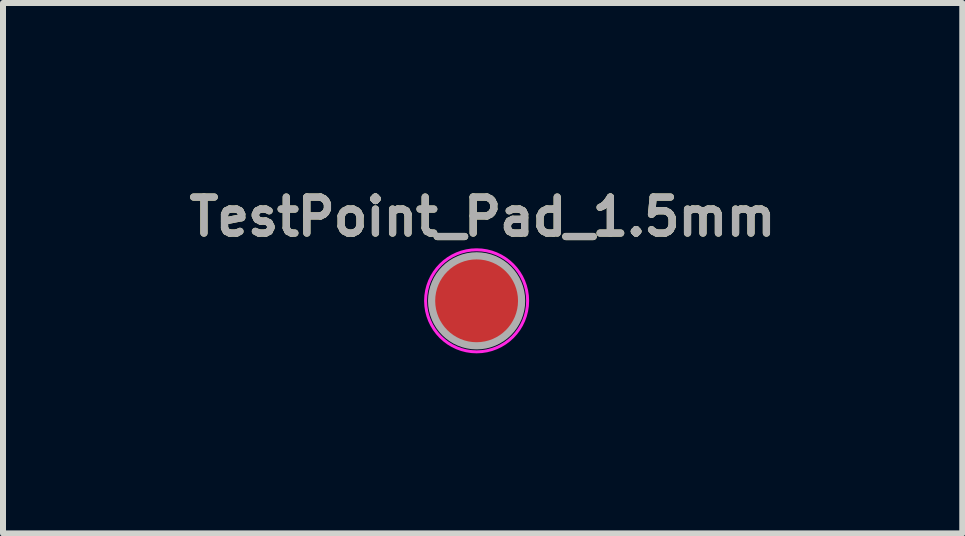
<source format=kicad_pcb>
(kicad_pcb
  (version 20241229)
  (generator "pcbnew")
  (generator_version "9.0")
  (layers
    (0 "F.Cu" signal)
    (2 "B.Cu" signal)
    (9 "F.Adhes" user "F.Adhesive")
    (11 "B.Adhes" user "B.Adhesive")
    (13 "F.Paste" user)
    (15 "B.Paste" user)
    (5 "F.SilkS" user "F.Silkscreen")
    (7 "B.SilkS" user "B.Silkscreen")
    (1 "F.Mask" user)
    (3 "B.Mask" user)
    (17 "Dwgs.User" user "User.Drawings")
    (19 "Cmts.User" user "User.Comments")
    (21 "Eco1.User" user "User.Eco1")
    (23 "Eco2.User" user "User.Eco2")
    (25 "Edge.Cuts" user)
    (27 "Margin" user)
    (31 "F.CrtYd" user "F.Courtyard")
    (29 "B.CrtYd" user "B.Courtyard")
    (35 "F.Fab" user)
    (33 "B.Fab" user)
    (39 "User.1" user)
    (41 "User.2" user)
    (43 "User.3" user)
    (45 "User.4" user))
  (footprint "TestPoint_Pad_1.5mm"
    (layer "F.Cu")
    (at 4.891 1.962)
    (property "Reference" "TestPoint_Pad_1.5mm" (at 0.1 -1.4 0) (unlocked yes) (layer "F.SilkS") (effects (font (size 0.6 0.6) (thickness 0.12))))
    (attr exclude_from_pos_files exclude_from_bom)
    (fp_circle (center 0 0) (end 0.85 0) (stroke (width 0.05) (type solid)) (fill no) (layer "F.CrtYd"))
    (fp_circle (center 0 0) (end 0.75 0) (stroke (width 0.12) (type solid)) (fill no) (layer "F.Fab"))
    (fp_text user "${REFERENCE}" (at 0.1 -1.4 0) (unlocked yes) (layer "F.Fab") (effects (font (size 0.6 0.6) (thickness 0.12))))
    (pad "1" smd circle (at 0 0) (size 1.5 1.5) (layers "F.Cu" "F.Mask")))
  (gr_rect
    (start -3 -3)
    (end 12.983 5.837)
    (stroke (width 0.1) (type default))
    (fill no)
    (layer "Edge.Cuts")))
</source>
